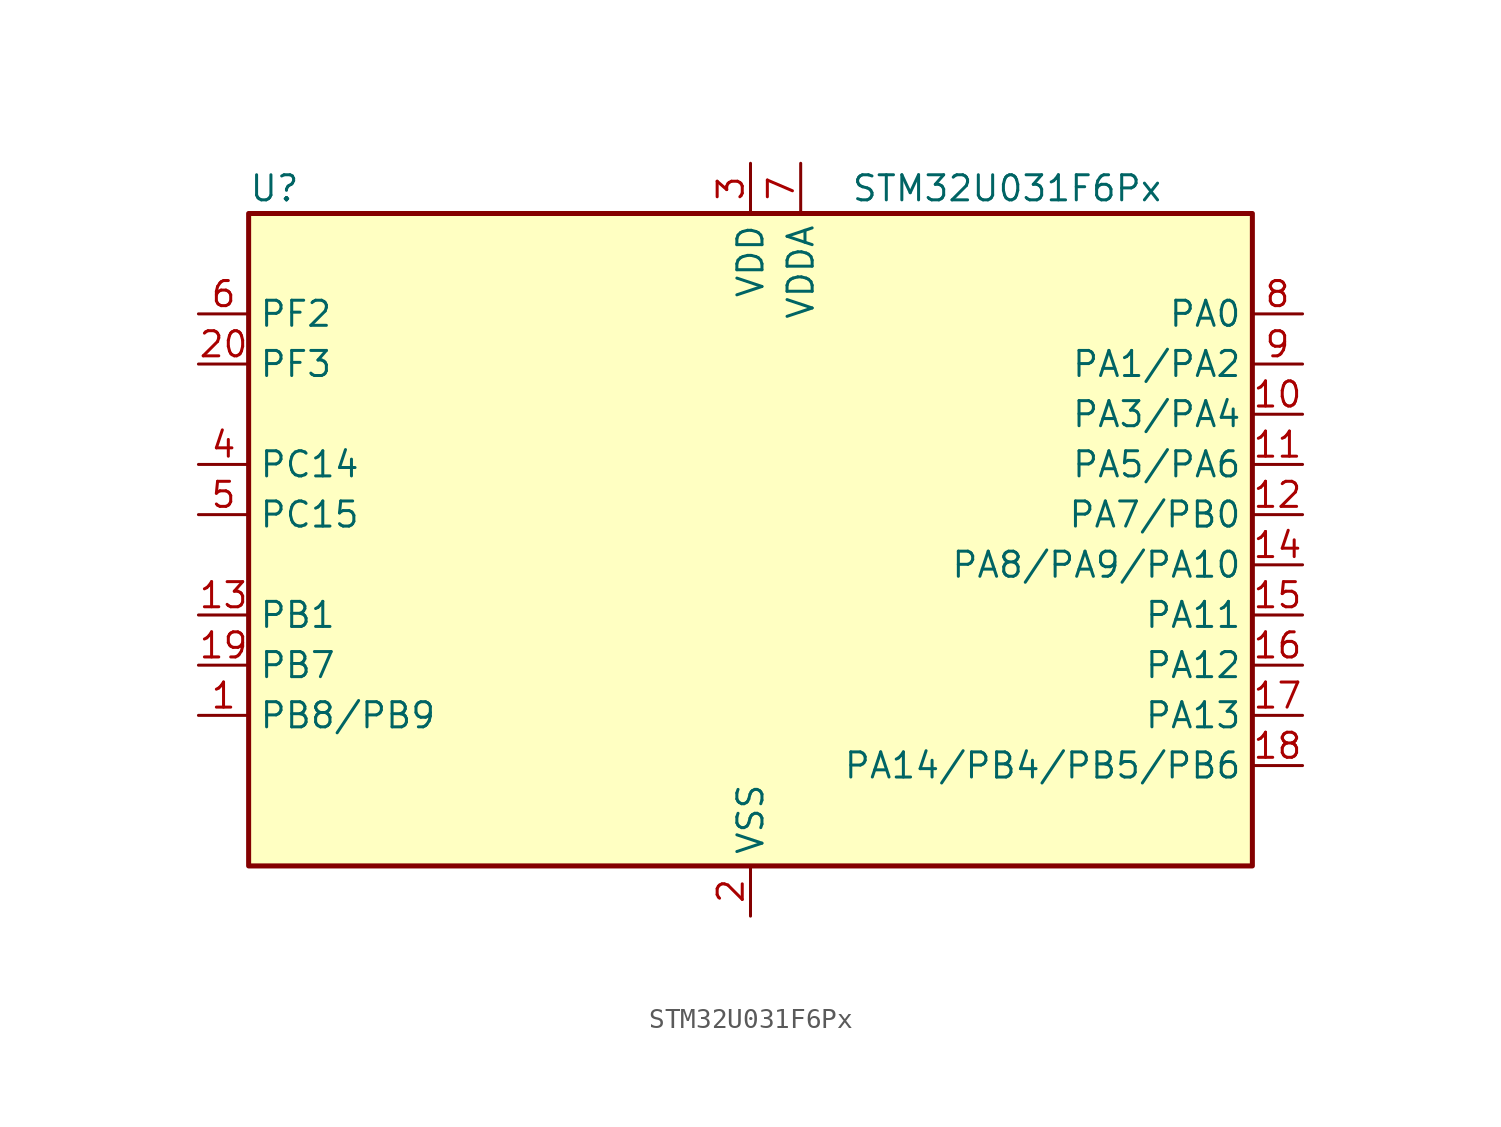
<source format=kicad_sym>
(kicad_symbol_lib
  (version 20241209)
  (generator "kicad_symbol_editor")
  (generator_version "9.0")
  (symbol "STM32U031F6Px"
    (property "Reference" "U"
      (at -25.4 19.05 0)
      (effects (font (size 1.27 1.27)) (justify left)))
    (property "Value" "STM32U031F6Px"
      (at 5.08 19.05 0)
      (effects (font (size 1.27 1.27)) (justify left)))
    (symbol "STM32U031F6Px_0_1"
      (rectangle (start -25.4 -15.24) (end 25.4 17.78) (stroke (width 0.254) (type default)) (fill (type background))))
    (symbol "STM32U031F6Px_1_1"
      (pin bidirectional line (at -27.94 12.7 0) (length 2.54) (name "PF2" (effects (font (size 1.27 1.27)))) (number "6" (effects (font (size 1.27 1.27)))) (alternate "RCC_MCO" bidirectional line))
      (pin bidirectional line (at -27.94 10.16 0) (length 2.54) (name "PF3" (effects (font (size 1.27 1.27)))) (number "20" (effects (font (size 1.27 1.27)))))
      (pin bidirectional line (at -27.94 5.08 0) (length 2.54) (name "PC14" (effects (font (size 1.27 1.27)))) (number "4" (effects (font (size 1.27 1.27)))) (alternate "RCC_OSC32_IN" bidirectional line))
      (pin bidirectional line (at -27.94 2.54 0) (length 2.54) (name "PC15" (effects (font (size 1.27 1.27)))) (number "5" (effects (font (size 1.27 1.27)))) (alternate "RCC_OSC32_EN" bidirectional line) (alternate "RCC_OSC32_OUT" bidirectional line) (alternate "RCC_OSC_EN" bidirectional line))
      (pin bidirectional line (at -27.94 -2.54 0) (length 2.54) (name "PB1" (effects (font (size 1.27 1.27)))) (number "13" (effects (font (size 1.27 1.27)))) (alternate "ADC1_IN18" bidirectional line) (alternate "COMP1_INM" bidirectional line) (alternate "LPTIM2_IN1" bidirectional line) (alternate "LPUART1_DE" bidirectional line) (alternate "LPUART1_RTS" bidirectional line) (alternate "LPUART2_DE" bidirectional line) (alternate "LPUART2_RTS" bidirectional line) (alternate "TIM1_CH3N" bidirectional line) (alternate "TIM3_CH4" bidirectional line) (alternate "TSC_SYNC" bidirectional line) (alternate "USART3_DE" bidirectional line) (alternate "USART3_RTS" bidirectional line))
      (pin bidirectional line (at -27.94 -5.08 0) (length 2.54) (name "PB7" (effects (font (size 1.27 1.27)))) (number "19" (effects (font (size 1.27 1.27)))) (alternate "I2C1_SDA" bidirectional line) (alternate "I2C2_SDA" bidirectional line) (alternate "LPTIM1_IN2" bidirectional line) (alternate "LPUART2_RX" bidirectional line) (alternate "TSC_G2_IO4" bidirectional line) (alternate "USART1_RX" bidirectional line) (alternate "USART4_CTS" bidirectional line))
      (pin bidirectional line (at -27.94 -7.62 0) (length 2.54) (name "PB8/PB9" (effects (font (size 1.27 1.27)))) (number "1" (effects (font (size 1.27 1.27)))) (alternate "DAC1_EXTI9 (PB9)" bidirectional line) (alternate "I2C1_SCL (PB8)" bidirectional line) (alternate "I2C1_SDA (PB9)" bidirectional line) (alternate "I2C2_SCL (PB8)" bidirectional line) (alternate "I2C2_SDA (PB9)" bidirectional line) (alternate "IR_OUT (PB9)" bidirectional line) (alternate "LPTIM1_CH4 (PB9)" bidirectional line) (alternate "LPTIM1_IN2 (PB8)" bidirectional line) (alternate "PB8" bidirectional line) (alternate "PB9" bidirectional line) (alternate "SPI2_NSS (PB9)" bidirectional line) (alternate "TIM16_CH1 (PB8)" bidirectional line) (alternate "USART3_RX (PB9)" bidirectional line) (alternate "USART3_TX (PB8)" bidirectional line))
      (pin power_in line (at 0 20.32 270) (length 2.54) (name "VDD" (effects (font (size 1.27 1.27)))) (number "3" (effects (font (size 1.27 1.27)))))
      (pin power_in line (at 0 -17.78 90) (length 2.54) (name "VSS" (effects (font (size 1.27 1.27)))) (number "2" (effects (font (size 1.27 1.27)))))
      (pin power_in line (at 2.54 20.32 270) (length 2.54) (name "VDDA" (effects (font (size 1.27 1.27)))) (number "7" (effects (font (size 1.27 1.27)))))
      (pin bidirectional line (at 27.94 12.7 180) (length 2.54) (name "PA0" (effects (font (size 1.27 1.27)))) (number "8" (effects (font (size 1.27 1.27)))) (alternate "ADC1_IN4" bidirectional line) (alternate "COMP1_INM" bidirectional line) (alternate "COMP1_OUT" bidirectional line) (alternate "OPAMP1_VINP" bidirectional line) (alternate "PWR_WKUP1" bidirectional line) (alternate "TAMP_IN2" bidirectional line) (alternate "TIM2_CH1" bidirectional line) (alternate "TIM2_ETR" bidirectional line) (alternate "USART2_CTS" bidirectional line) (alternate "USART4_TX" bidirectional line))
      (pin bidirectional line (at 27.94 10.16 180) (length 2.54) (name "PA1/PA2" (effects (font (size 1.27 1.27)))) (number "9" (effects (font (size 1.27 1.27)))) (alternate "ADC1_IN5 (PA1)" bidirectional line) (alternate "ADC1_IN6 (PA2)" bidirectional line) (alternate "COMP1_INP (PA1)" bidirectional line) (alternate "LPTIM1_CH2 (PA1)" bidirectional line) (alternate "LPUART1_TX (PA2)" bidirectional line) (alternate "OPAMP1_VINM (PA1)" bidirectional line) (alternate "PA1" bidirectional line) (alternate "PA2" bidirectional line) (alternate "PWR_WKUP3 (PA1)" bidirectional line) (alternate "PWR_WKUP4 (PA2)" bidirectional line) (alternate "RCC_LSCO (PA2)" bidirectional line) (alternate "SPI1_SCK (PA1)" bidirectional line) (alternate "SPI2_SCK (PA1)" bidirectional line) (alternate "TAMP_IN5 (PA1)" bidirectional line) (alternate "TIM15_CH1 (PA2)" bidirectional line) (alternate "TIM15_CH1N (PA1)" bidirectional line) (alternate "TIM2_CH2 (PA1)" bidirectional line) (alternate "TIM2_CH3 (PA2)" bidirectional line) (alternate "USART2_DE (PA1)" bidirectional line) (alternate "USART2_RTS (PA1)" bidirectional line) (alternate "USART2_TX (PA2)" bidirectional line) (alternate "USART4_RX (PA1)" bidirectional line))
      (pin bidirectional line (at 27.94 7.62 180) (length 2.54) (name "PA3/PA4" (effects (font (size 1.27 1.27)))) (number "10" (effects (font (size 1.27 1.27)))) (alternate "ADC1_IN7 (PA3)" bidirectional line) (alternate "ADC1_IN8 (PA4)" bidirectional line) (alternate "COMP1_INM (PA4)" bidirectional line) (alternate "DAC1_OUT1 (PA4)" bidirectional line) (alternate "LPTIM2_CH1 (PA4)" bidirectional line) (alternate "LPUART1_RX (PA3)" bidirectional line) (alternate "OPAMP1_VOUT (PA3)" bidirectional line) (alternate "PA3" bidirectional line) (alternate "PA4" bidirectional line) (alternate "SPI1_NSS (PA4)" bidirectional line) (alternate "TIM15_CH2 (PA3)" bidirectional line) (alternate "TIM2_CH4 (PA3)" bidirectional line) (alternate "USART2_CK (PA4)" bidirectional line) (alternate "USART2_RX (PA3)" bidirectional line))
      (pin bidirectional line (at 27.94 5.08 180) (length 2.54) (name "PA5/PA6" (effects (font (size 1.27 1.27)))) (number "11" (effects (font (size 1.27 1.27)))) (alternate "ADC1_IN10 (PA6)" bidirectional line) (alternate "ADC1_IN9 (PA5)" bidirectional line) (alternate "COMP1_INM (PA5)" bidirectional line) (alternate "COMP1_OUT (PA6)" bidirectional line) (alternate "I2C2_SDA (PA6)" bidirectional line) (alternate "I2C3_SDA (PA6)" bidirectional line) (alternate "LPTIM2_ETR (PA5)" bidirectional line) (alternate "LPUART1_CTS (PA6)" bidirectional line) (alternate "PA5" bidirectional line) (alternate "PA6" bidirectional line) (alternate "SPI1_MISO (PA6)" bidirectional line) (alternate "SPI1_SCK (PA5)" bidirectional line) (alternate "TIM16_CH1 (PA6)" bidirectional line) (alternate "TIM1_BKIN (PA6)" bidirectional line) (alternate "TIM2_CH1 (PA5)" bidirectional line) (alternate "TIM2_ETR (PA5)" bidirectional line) (alternate "TIM3_CH1 (PA6)" bidirectional line) (alternate "TSC_G5_IO1 (PA6)" bidirectional line) (alternate "USART3_CTS (PA6)" bidirectional line) (alternate "USART3_TX (PA5)" bidirectional line))
      (pin bidirectional line (at 27.94 2.54 180) (length 2.54) (name "PA7/PB0" (effects (font (size 1.27 1.27)))) (number "12" (effects (font (size 1.27 1.27)))) (alternate "ADC1_IN14 (PA7)" bidirectional line) (alternate "ADC1_IN17 (PB0)" bidirectional line) (alternate "COMP1_OUT (PB0)" bidirectional line) (alternate "I2C2_SCL (PA7)" bidirectional line) (alternate "I2C3_SCL (PA7)" bidirectional line) (alternate "LPTIM2_CH2 (PA7)" bidirectional line) (alternate "LPUART2_CTS (PB0)" bidirectional line) (alternate "PA7" bidirectional line) (alternate "PB0" bidirectional line) (alternate "SPI1_MOSI (PA7)" bidirectional line) (alternate "SPI1_NSS (PB0)" bidirectional line) (alternate "TIM1_CH1N (PA7)" bidirectional line) (alternate "TIM1_CH2N (PB0)" bidirectional line) (alternate "TIM3_CH2 (PA7)" bidirectional line) (alternate "TIM3_CH3 (PB0)" bidirectional line) (alternate "TSC_G5_IO2 (PB0)" bidirectional line) (alternate "USART3_CK (PB0)" bidirectional line) (alternate "USART3_RX (PA7)" bidirectional line))
      (pin bidirectional line (at 27.94 0 180) (length 2.54) (name "PA8/PA9/PA10" (effects (font (size 1.27 1.27)))) (number "14" (effects (font (size 1.27 1.27)))) (alternate "COMP1_INP (PA9)" bidirectional line) (alternate "DAC1_EXTI9 (PA9)" bidirectional line) (alternate "I2C1_SCL (PA9)" bidirectional line) (alternate "I2C1_SDA (PA10)" bidirectional line) (alternate "I2C2_SCL (PA9)" bidirectional line) (alternate "I2C2_SDA (PA10)" bidirectional line) (alternate "LPTIM2_CH1 (PA8)" bidirectional line) (alternate "PA10" bidirectional line) (alternate "PA8" bidirectional line) (alternate "PA9" bidirectional line) (alternate "RCC_MCO (PA8)" bidirectional line) (alternate "RCC_MCO (PA9)" bidirectional line) (alternate "RCC_MCO2 (PA10)" bidirectional line) (alternate "RCC_MCO2 (PA8)" bidirectional line) (alternate "SPI2_NSS (PA10)" bidirectional line) (alternate "TIM15_BKIN (PA9)" bidirectional line) (alternate "TIM1_CH1 (PA8)" bidirectional line) (alternate "TIM1_CH2 (PA9)" bidirectional line) (alternate "TIM1_CH3 (PA10)" bidirectional line) (alternate "TSC_G7_IO1 (PA8)" bidirectional line) (alternate "TSC_G7_IO2 (PA9)" bidirectional line) (alternate "TSC_G7_IO3 (PA10)" bidirectional line) (alternate "USART1_CK (PA8)" bidirectional line) (alternate "USART1_RX (PA10)" bidirectional line) (alternate "USART1_TX (PA9)" bidirectional line))
      (pin bidirectional line (at 27.94 -2.54 180) (length 2.54) (name "PA11" (effects (font (size 1.27 1.27)))) (number "15" (effects (font (size 1.27 1.27)))) (alternate "ADC1_EXTI11" bidirectional line) (alternate "COMP1_OUT" bidirectional line) (alternate "SPI1_MISO" bidirectional line) (alternate "SPI2_MISO" bidirectional line) (alternate "TIM1_BKIN2" bidirectional line) (alternate "TIM1_CH4" bidirectional line) (alternate "USART1_CTS" bidirectional line))
      (pin bidirectional line (at 27.94 -5.08 180) (length 2.54) (name "PA12" (effects (font (size 1.27 1.27)))) (number "16" (effects (font (size 1.27 1.27)))) (alternate "SPI1_MOSI" bidirectional line) (alternate "SPI2_MOSI" bidirectional line) (alternate "TIM1_ETR" bidirectional line) (alternate "USART1_DE" bidirectional line) (alternate "USART1_RTS" bidirectional line))
      (pin bidirectional line (at 27.94 -7.62 180) (length 2.54) (name "PA13" (effects (font (size 1.27 1.27)))) (number "17" (effects (font (size 1.27 1.27)))) (alternate "DEBUG_JTMS-SWDIO" bidirectional line) (alternate "IR_OUT" bidirectional line) (alternate "TSC_G7_IO4" bidirectional line))
      (pin bidirectional line (at 27.94 -10.16 180) (length 2.54) (name "PA14/PB4/PB5/PB6" (effects (font (size 1.27 1.27)))) (number "18" (effects (font (size 1.27 1.27)))) (alternate "DEBUG_JTCK-SWCLK (PA14)" bidirectional line) (alternate "I2C1_SCL (PB6)" bidirectional line) (alternate "I2C2_SCL (PB6)" bidirectional line) (alternate "I2C2_SDA (PB4)" bidirectional line) (alternate "I2C3_SDA (PB4)" bidirectional line) (alternate "LPTIM1_CH1 (PA14)" bidirectional line) (alternate "LPTIM1_CH4 (PB4)" bidirectional line) (alternate "LPTIM1_ETR (PB6)" bidirectional line) (alternate "LPTIM1_IN1 (PB5)" bidirectional line) (alternate "LPUART2_TX (PB6)" bidirectional line) (alternate "PA14" bidirectional line) (alternate "PB4" bidirectional line) (alternate "PB5" bidirectional line) (alternate "PB6" bidirectional line) (alternate "SPI1_MISO (PB4)" bidirectional line) (alternate "SPI1_MOSI (PB5)" bidirectional line) (alternate "TIM16_BKIN (PB5)" bidirectional line) (alternate "TIM16_CH1N (PB6)" bidirectional line) (alternate "TIM3_CH1 (PB4)" bidirectional line) (alternate "TIM3_CH2 (PB5)" bidirectional line) (alternate "TSC_G2_IO1 (PB4)" bidirectional line) (alternate "TSC_G2_IO2 (PB5)" bidirectional line) (alternate "TSC_G2_IO3 (PB6)" bidirectional line) (alternate "TSC_G3_IO4 (PA14)" bidirectional line) (alternate "USART1_CK (PB5)" bidirectional line) (alternate "USART1_CTS (PB4)" bidirectional line) (alternate "USART1_TX (PB6)" bidirectional line)))))
</source>
